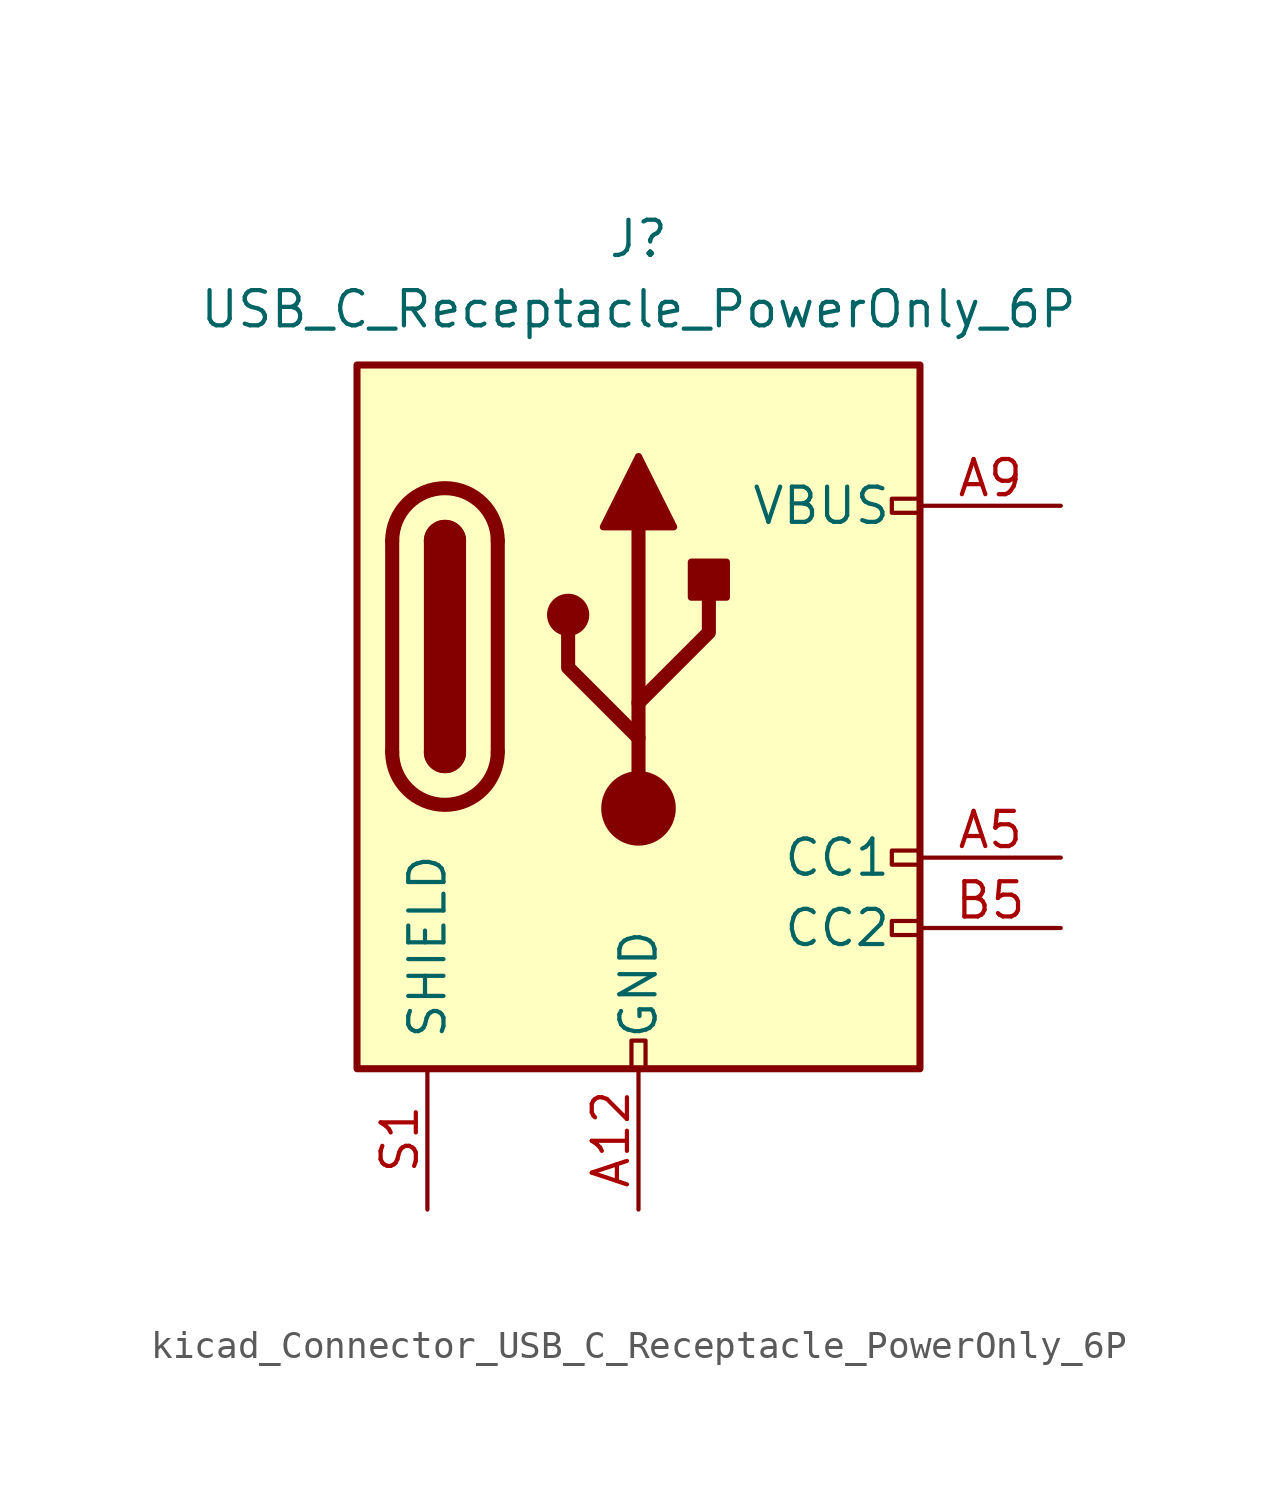
<source format=kicad_sym>
(kicad_symbol_lib
  (version 20220914)
  (generator kicad_symbol_editor)
  (symbol "kicad_Connector_USB_C_Receptacle_PowerOnly_6P"
    (pin_names
      (offset 1.016))
    (property "Reference" "J"
      (at 0 16.51 0)
      (effects (font (size 1.27 1.27)) (justify bottom)))
    (property "Value" "USB_C_Receptacle_PowerOnly_6P"
      (at 0 13.97 0)
      (effects (font (size 1.27 1.27)) (justify bottom)))
    (symbol "kicad_Connector_USB_C_Receptacle_PowerOnly_6P_0_0"
      (rectangle (start -0.254 -12.7) (end 0.254 -11.684) (stroke (width 0) (type default)) (fill (type none)))
      (rectangle (start 10.16 -7.366) (end 9.144 -7.874) (stroke (width 0) (type default)) (fill (type none)))
      (rectangle (start 10.16 -4.826) (end 9.144 -5.334) (stroke (width 0) (type default)) (fill (type none)))
      (rectangle (start 10.16 7.874) (end 9.144 7.366) (stroke (width 0) (type default)) (fill (type none))))
    (symbol "kicad_Connector_USB_C_Receptacle_PowerOnly_6P_0_1"
      (rectangle (start -10.16 12.7) (end 10.16 -12.7) (stroke (width 0.254) (type default)) (fill (type background)))
      (arc (start -8.89 -1.27) (mid -6.985 -3.1667) (end -5.08 -1.27) (stroke (width 0.508) (type default)) (fill (type none)))
      (arc (start -7.62 -1.27) (mid -6.985 -1.9023) (end -6.35 -1.27) (stroke (width 0.254) (type default)) (fill (type none)))
      (arc (start -7.62 -1.27) (mid -6.985 -1.9023) (end -6.35 -1.27) (stroke (width 0.254) (type default)) (fill (type outline)))
      (rectangle (start -7.62 -1.27) (end -6.35 6.35) (stroke (width 0.254) (type default)) (fill (type outline)))
      (arc (start -6.35 6.35) (mid -6.985 6.9823) (end -7.62 6.35) (stroke (width 0.254) (type default)) (fill (type none)))
      (arc (start -6.35 6.35) (mid -6.985 6.9823) (end -7.62 6.35) (stroke (width 0.254) (type default)) (fill (type outline)))
      (arc (start -5.08 6.35) (mid -6.985 8.2467) (end -8.89 6.35) (stroke (width 0.508) (type default)) (fill (type none)))
      (circle (center -2.54 3.683) (radius 0.635) (stroke (width 0.254) (type default)) (fill (type outline)))
      (circle (center 0 -3.302) (radius 1.27) (stroke (width 0) (type default)) (fill (type outline)))
      (polyline (pts (xy -8.89 -1.27) (xy -8.89 6.35)) (stroke (width 0.508) (type default)) (fill (type none)))
      (polyline (pts (xy -5.08 6.35) (xy -5.08 -1.27)) (stroke (width 0.508) (type default)) (fill (type none)))
      (polyline (pts (xy 0 -3.302) (xy 0 6.858)) (stroke (width 0.508) (type default)) (fill (type none)))
      (polyline (pts (xy 0 -0.762) (xy -2.54 1.778) (xy -2.54 3.048)) (stroke (width 0.508) (type default)) (fill (type none)))
      (polyline (pts (xy 0 0.508) (xy 2.54 3.048) (xy 2.54 4.318)) (stroke (width 0.508) (type default)) (fill (type none)))
      (polyline (pts (xy -1.27 6.858) (xy 0 9.398) (xy 1.27 6.858) (xy -1.27 6.858)) (stroke (width 0.254) (type default)) (fill (type outline)))
      (rectangle (start 1.905 4.318) (end 3.175 5.588) (stroke (width 0.254) (type default)) (fill (type outline))))
    (symbol "kicad_Connector_USB_C_Receptacle_PowerOnly_6P_1_1"
      (pin passive line (at 0 -17.78 90) (length 5.08) (name "GND" (effects (font (size 1.27 1.27)))) (number "A12" (effects (font (size 1.27 1.27)))))
      (pin bidirectional line (at 15.24 -5.08 180) (length 5.08) (name "CC1" (effects (font (size 1.27 1.27)))) (number "A5" (effects (font (size 1.27 1.27)))))
      (pin passive line (at 15.24 7.62 180) (length 5.08) (name "VBUS" (effects (font (size 1.27 1.27)))) (number "A9" (effects (font (size 1.27 1.27)))))
      (pin passive line (at 0 -17.78 90) (length 5.08) hide (name "GND" (effects (font (size 1.27 1.27)))) (number "B12" (effects (font (size 1.27 1.27)))))
      (pin bidirectional line (at 15.24 -7.62 180) (length 5.08) (name "CC2" (effects (font (size 1.27 1.27)))) (number "B5" (effects (font (size 1.27 1.27)))))
      (pin passive line (at 15.24 7.62 180) (length 5.08) hide (name "VBUS" (effects (font (size 1.27 1.27)))) (number "B9" (effects (font (size 1.27 1.27)))))
      (pin passive line (at -7.62 -17.78 90) (length 5.08) (name "SHIELD" (effects (font (size 1.27 1.27)))) (number "S1" (effects (font (size 1.27 1.27))))))))
</source>
